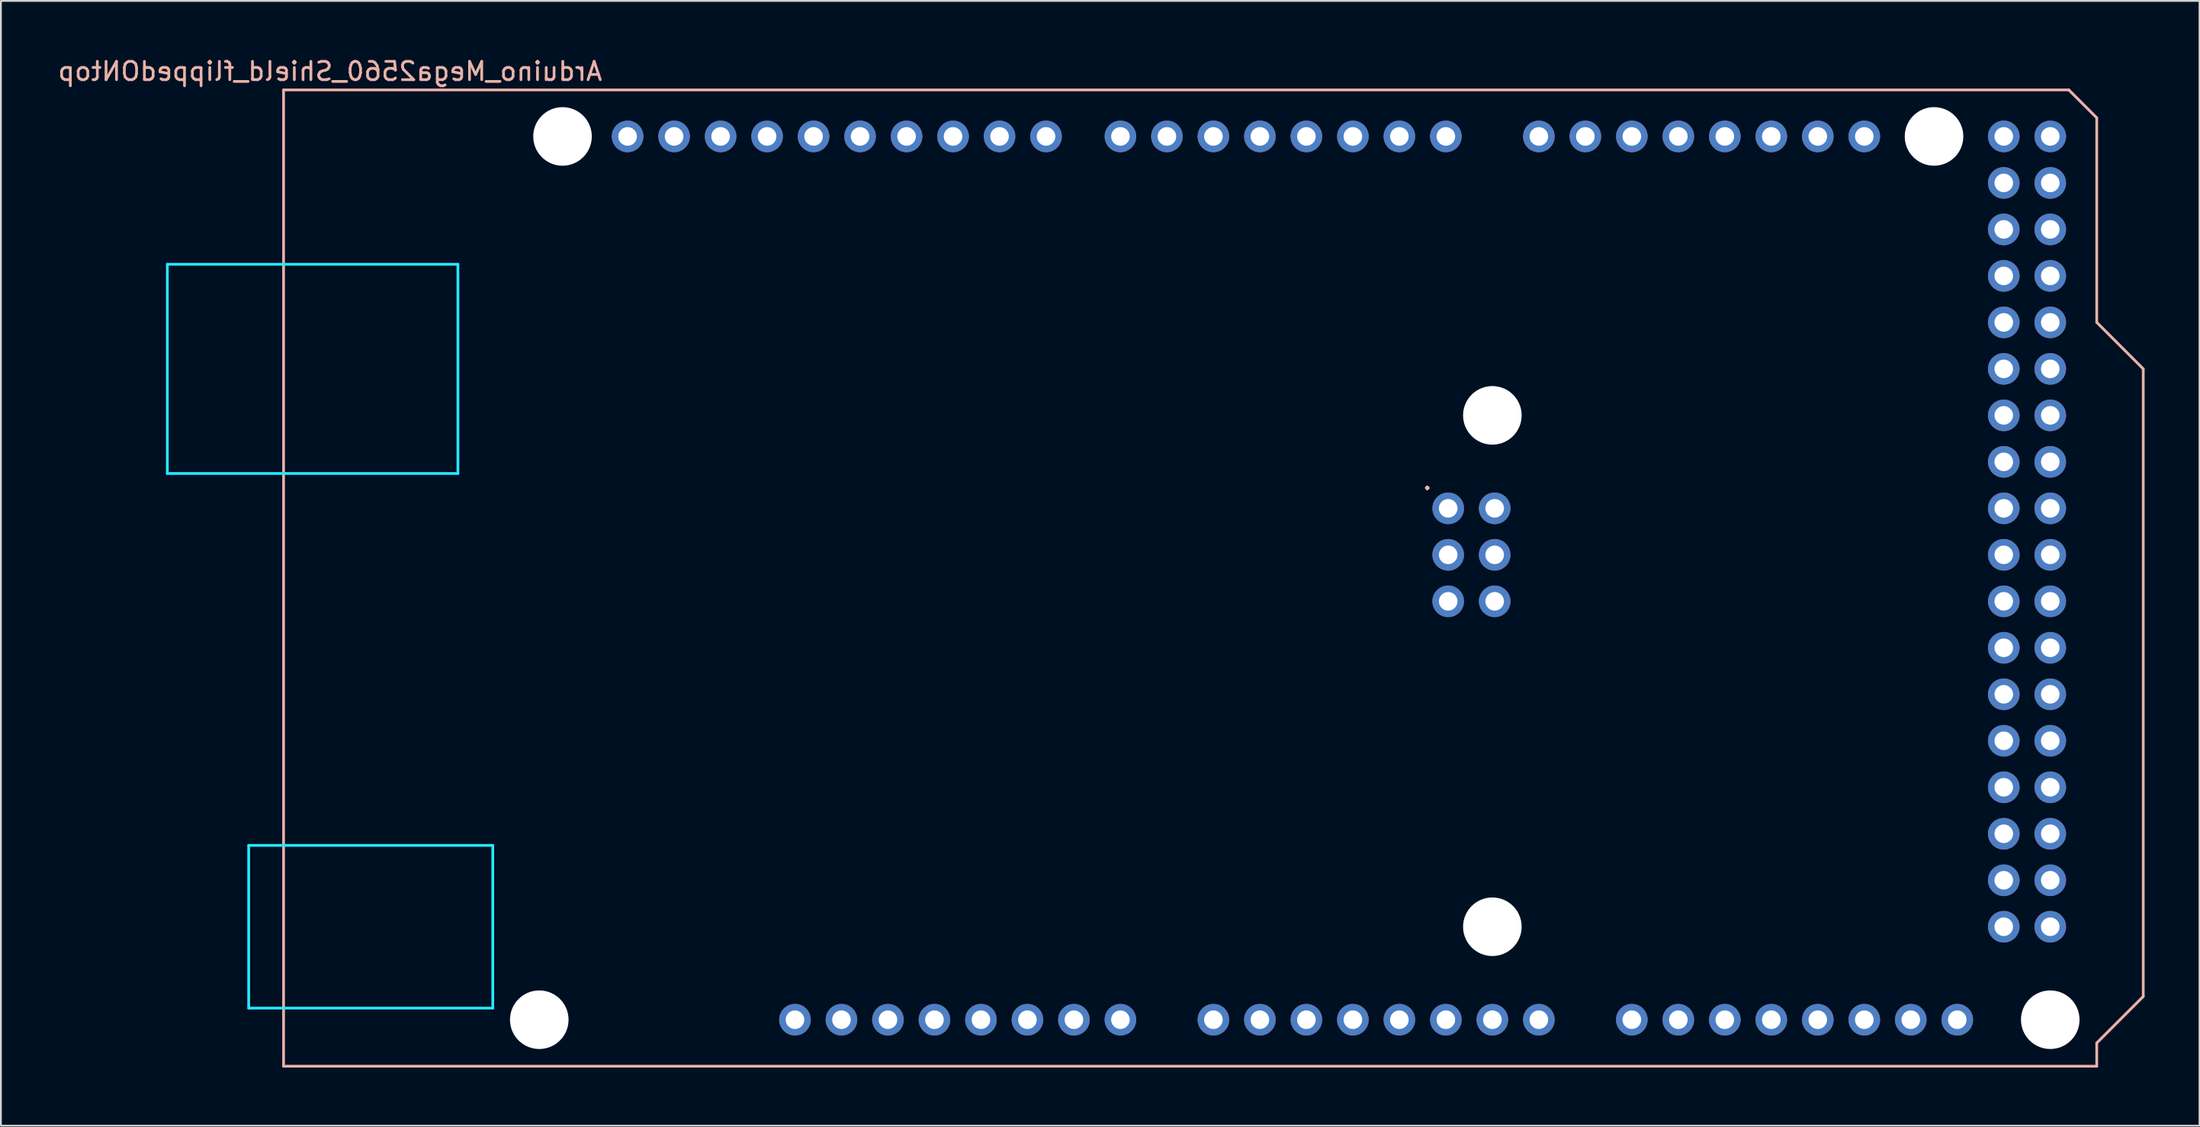
<source format=kicad_pcb>
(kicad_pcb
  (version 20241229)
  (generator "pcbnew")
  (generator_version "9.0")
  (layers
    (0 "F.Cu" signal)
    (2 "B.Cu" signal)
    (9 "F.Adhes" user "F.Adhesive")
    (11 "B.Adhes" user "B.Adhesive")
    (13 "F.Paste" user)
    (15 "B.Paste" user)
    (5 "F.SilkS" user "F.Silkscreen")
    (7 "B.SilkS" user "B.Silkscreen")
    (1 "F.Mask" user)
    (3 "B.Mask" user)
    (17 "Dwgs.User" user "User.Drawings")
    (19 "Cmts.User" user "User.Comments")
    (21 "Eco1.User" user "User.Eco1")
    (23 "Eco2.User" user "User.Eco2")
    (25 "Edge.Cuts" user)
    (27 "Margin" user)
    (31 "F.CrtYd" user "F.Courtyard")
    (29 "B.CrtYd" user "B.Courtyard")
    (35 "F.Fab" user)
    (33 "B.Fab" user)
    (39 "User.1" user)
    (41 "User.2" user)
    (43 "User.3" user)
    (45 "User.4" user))
  (footprint "Arduino_Mega2560_Shield_flippedONtop"
    (layer "F.Cu")
    (at 12.442 55.204)
    (property "Reference" "Arduino_Mega2560_Shield_flippedONtop" (at 2.54 -54.356 0) (layer "B.SilkS") (effects (font (size 1 1) (thickness 0.15)) (justify mirror)))
    (attr through_hole)
    (fp_line (start 0 -53.34) (end 0 0) (stroke (width 0.15) (type solid)) (layer "B.SilkS"))
    (fp_line (start 0 -53.34) (end 97.536 -53.34) (stroke (width 0.15) (type solid)) (layer "B.SilkS"))
    (fp_line (start 0 0) (end 99.06 0) (stroke (width 0.15) (type solid)) (layer "B.SilkS"))
    (fp_line (start 97.536 -53.34) (end 99.06 -51.816) (stroke (width 0.15) (type solid)) (layer "B.SilkS"))
    (fp_line (start 99.06 -40.64) (end 99.06 -51.816) (stroke (width 0.15) (type solid)) (layer "B.SilkS"))
    (fp_line (start 99.06 -1.27) (end 101.6 -3.81) (stroke (width 0.15) (type solid)) (layer "B.SilkS"))
    (fp_line (start 99.06 0) (end 99.06 -1.27) (stroke (width 0.15) (type solid)) (layer "B.SilkS"))
    (fp_line (start 101.6 -38.1) (end 99.06 -40.64) (stroke (width 0.15) (type solid)) (layer "B.SilkS"))
    (fp_line (start 101.6 -3.81) (end 101.6 -38.1) (stroke (width 0.15) (type solid)) (layer "B.SilkS"))
    (fp_line (start -6.35 -43.815) (end -6.35 -32.385) (stroke (width 0.15) (type solid)) (layer "B.CrtYd"))
    (fp_line (start -1.905 -12.065) (end -1.905 -3.175) (stroke (width 0.15) (type solid)) (layer "B.CrtYd"))
    (fp_line (start -1.905 -12.065) (end 11.43 -12.065) (stroke (width 0.15) (type solid)) (layer "B.CrtYd"))
    (fp_line (start -1.905 -3.175) (end 11.43 -3.175) (stroke (width 0.15) (type solid)) (layer "B.CrtYd"))
    (fp_line (start 9.525 -43.815) (end -6.35 -43.815) (stroke (width 0.15) (type solid)) (layer "B.CrtYd"))
    (fp_line (start 9.525 -43.815) (end 9.525 -32.385) (stroke (width 0.15) (type solid)) (layer "B.CrtYd"))
    (fp_line (start 9.525 -32.385) (end -6.35 -32.385) (stroke (width 0.15) (type solid)) (layer "B.CrtYd"))
    (fp_line (start 11.43 -12.065) (end 11.43 -3.175) (stroke (width 0.15) (type solid)) (layer "B.CrtYd"))
    (fp_text user "." (at 62.484 -32.004 0) (layer "B.SilkS") (effects (font (size 1 1) (thickness 0.15)) (justify mirror)))
    (pad "" np_thru_hole circle (at 13.97 -2.54) (size 3.2 3.2) (drill 3.2) (layers "*.Cu" "*.Mask"))
    (pad "" np_thru_hole circle (at 15.24 -50.8) (size 3.2 3.2) (drill 3.2) (layers "*.Cu" "*.Mask"))
    (pad "" thru_hole oval (at 27.94 -2.54) (size 1.727 1.727) (drill 1.016) (layers "*.Cu" "*.Mask"))
    (pad "" np_thru_hole circle (at 66.04 -35.56) (size 3.2 3.2) (drill 3.2) (layers "*.Cu" "*.Mask"))
    (pad "" np_thru_hole circle (at 66.04 -7.62) (size 3.2 3.2) (drill 3.2) (layers "*.Cu" "*.Mask"))
    (pad "" np_thru_hole circle (at 90.17 -50.8) (size 3.2 3.2) (drill 3.2) (layers "*.Cu" "*.Mask"))
    (pad "" np_thru_hole circle (at 96.52 -2.54) (size 3.2 3.2) (drill 3.2) (layers "*.Cu" "*.Mask"))
    (pad "3V3" thru_hole oval (at 35.56 -2.54) (size 1.727 1.727) (drill 1.016) (layers "*.Cu" "*.Mask"))
    (pad "5V1" thru_hole oval (at 38.1 -2.54) (size 1.727 1.727) (drill 1.016) (layers "*.Cu" "*.Mask"))
    (pad "5V2" thru_hole oval (at 66.167 -30.48) (size 1.727 1.727) (drill 1.016) (layers "*.Cu" "*.Mask"))
    (pad "5V3" thru_hole oval (at 93.98 -50.8) (size 1.727 1.727) (drill 1.016) (layers "*.Cu" "*.Mask"))
    (pad "5V4" thru_hole oval (at 96.52 -50.8) (size 1.727 1.727) (drill 1.016) (layers "*.Cu" "*.Mask"))
    (pad "A0" thru_hole oval (at 50.8 -2.54) (size 1.727 1.727) (drill 1.016) (layers "*.Cu" "*.Mask"))
    (pad "A1" thru_hole oval (at 53.34 -2.54) (size 1.727 1.727) (drill 1.016) (layers "*.Cu" "*.Mask"))
    (pad "A2" thru_hole oval (at 55.88 -2.54) (size 1.727 1.727) (drill 1.016) (layers "*.Cu" "*.Mask"))
    (pad "A3" thru_hole oval (at 58.42 -2.54) (size 1.727 1.727) (drill 1.016) (layers "*.Cu" "*.Mask"))
    (pad "A4" thru_hole oval (at 60.96 -2.54) (size 1.727 1.727) (drill 1.016) (layers "*.Cu" "*.Mask"))
    (pad "A5" thru_hole oval (at 63.5 -2.54) (size 1.727 1.727) (drill 1.016) (layers "*.Cu" "*.Mask"))
    (pad "A6" thru_hole oval (at 66.04 -2.54) (size 1.727 1.727) (drill 1.016) (layers "*.Cu" "*.Mask"))
    (pad "A7" thru_hole oval (at 68.58 -2.54) (size 1.727 1.727) (drill 1.016) (layers "*.Cu" "*.Mask"))
    (pad "A8" thru_hole oval (at 73.66 -2.54) (size 1.727 1.727) (drill 1.016) (layers "*.Cu" "*.Mask"))
    (pad "A9" thru_hole oval (at 76.2 -2.54) (size 1.727 1.727) (drill 1.016) (layers "*.Cu" "*.Mask"))
    (pad "A10" thru_hole oval (at 78.74 -2.54) (size 1.727 1.727) (drill 1.016) (layers "*.Cu" "*.Mask"))
    (pad "A11" thru_hole oval (at 81.28 -2.54) (size 1.727 1.727) (drill 1.016) (layers "*.Cu" "*.Mask"))
    (pad "A12" thru_hole oval (at 83.82 -2.54) (size 1.727 1.727) (drill 1.016) (layers "*.Cu" "*.Mask"))
    (pad "A13" thru_hole oval (at 86.36 -2.54) (size 1.727 1.727) (drill 1.016) (layers "*.Cu" "*.Mask"))
    (pad "A14" thru_hole oval (at 88.9 -2.54) (size 1.727 1.727) (drill 1.016) (layers "*.Cu" "*.Mask"))
    (pad "A15" thru_hole oval (at 91.44 -2.54) (size 1.727 1.727) (drill 1.016) (layers "*.Cu" "*.Mask"))
    (pad "AREF" thru_hole oval (at 23.876 -50.8) (size 1.727 1.727) (drill 1.016) (layers "*.Cu" "*.Mask"))
    (pad "D0" thru_hole oval (at 63.5 -50.8) (size 1.727 1.727) (drill 1.016) (layers "*.Cu" "*.Mask"))
    (pad "D1" thru_hole oval (at 60.96 -50.8) (size 1.727 1.727) (drill 1.016) (layers "*.Cu" "*.Mask"))
    (pad "D2" thru_hole oval (at 58.42 -50.8) (size 1.727 1.727) (drill 1.016) (layers "*.Cu" "*.Mask"))
    (pad "D3" thru_hole oval (at 55.88 -50.8) (size 1.727 1.727) (drill 1.016) (layers "*.Cu" "*.Mask"))
    (pad "D4" thru_hole oval (at 53.34 -50.8) (size 1.727 1.727) (drill 1.016) (layers "*.Cu" "*.Mask"))
    (pad "D5" thru_hole oval (at 50.8 -50.8) (size 1.727 1.727) (drill 1.016) (layers "*.Cu" "*.Mask"))
    (pad "D6" thru_hole oval (at 48.26 -50.8) (size 1.727 1.727) (drill 1.016) (layers "*.Cu" "*.Mask"))
    (pad "D7" thru_hole oval (at 45.72 -50.8) (size 1.727 1.727) (drill 1.016) (layers "*.Cu" "*.Mask"))
    (pad "D8" thru_hole oval (at 41.656 -50.8) (size 1.727 1.727) (drill 1.016) (layers "*.Cu" "*.Mask"))
    (pad "D9" thru_hole oval (at 39.116 -50.8) (size 1.727 1.727) (drill 1.016) (layers "*.Cu" "*.Mask"))
    (pad "D10" thru_hole oval (at 36.576 -50.8) (size 1.727 1.727) (drill 1.016) (layers "*.Cu" "*.Mask"))
    (pad "D11" thru_hole oval (at 34.036 -50.8) (size 1.727 1.727) (drill 1.016) (layers "*.Cu" "*.Mask"))
    (pad "D12" thru_hole oval (at 31.496 -50.8) (size 1.727 1.727) (drill 1.016) (layers "*.Cu" "*.Mask"))
    (pad "D13" thru_hole oval (at 28.956 -50.8) (size 1.727 1.727) (drill 1.016) (layers "*.Cu" "*.Mask"))
    (pad "D14" thru_hole oval (at 68.58 -50.8) (size 1.727 1.727) (drill 1.016) (layers "*.Cu" "*.Mask"))
    (pad "D15" thru_hole oval (at 71.12 -50.8) (size 1.727 1.727) (drill 1.016) (layers "*.Cu" "*.Mask"))
    (pad "D16" thru_hole oval (at 73.66 -50.8) (size 1.727 1.727) (drill 1.016) (layers "*.Cu" "*.Mask"))
    (pad "D17" thru_hole oval (at 76.2 -50.8) (size 1.727 1.727) (drill 1.016) (layers "*.Cu" "*.Mask"))
    (pad "D18" thru_hole oval (at 78.74 -50.8) (size 1.727 1.727) (drill 1.016) (layers "*.Cu" "*.Mask"))
    (pad "D19" thru_hole oval (at 81.28 -50.8) (size 1.727 1.727) (drill 1.016) (layers "*.Cu" "*.Mask"))
    (pad "D20" thru_hole oval (at 83.82 -50.8) (size 1.727 1.727) (drill 1.016) (layers "*.Cu" "*.Mask"))
    (pad "D21" thru_hole oval (at 86.36 -50.8) (size 1.727 1.727) (drill 1.016) (layers "*.Cu" "*.Mask"))
    (pad "D22" thru_hole oval (at 93.98 -48.26) (size 1.727 1.727) (drill 1.016) (layers "*.Cu" "*.Mask"))
    (pad "D23" thru_hole oval (at 96.52 -48.26) (size 1.727 1.727) (drill 1.016) (layers "*.Cu" "*.Mask"))
    (pad "D24" thru_hole oval (at 93.98 -45.72) (size 1.727 1.727) (drill 1.016) (layers "*.Cu" "*.Mask"))
    (pad "D25" thru_hole oval (at 96.52 -45.72) (size 1.727 1.727) (drill 1.016) (layers "*.Cu" "*.Mask"))
    (pad "D26" thru_hole oval (at 93.98 -43.18) (size 1.727 1.727) (drill 1.016) (layers "*.Cu" "*.Mask"))
    (pad "D27" thru_hole oval (at 96.52 -43.18) (size 1.727 1.727) (drill 1.016) (layers "*.Cu" "*.Mask"))
    (pad "D28" thru_hole oval (at 93.98 -40.64) (size 1.727 1.727) (drill 1.016) (layers "*.Cu" "*.Mask"))
    (pad "D29" thru_hole oval (at 96.52 -40.64) (size 1.727 1.727) (drill 1.016) (layers "*.Cu" "*.Mask"))
    (pad "D30" thru_hole oval (at 93.98 -38.1) (size 1.727 1.727) (drill 1.016) (layers "*.Cu" "*.Mask"))
    (pad "D31" thru_hole oval (at 96.52 -38.1) (size 1.727 1.727) (drill 1.016) (layers "*.Cu" "*.Mask"))
    (pad "D32" thru_hole oval (at 93.98 -35.56) (size 1.727 1.727) (drill 1.016) (layers "*.Cu" "*.Mask"))
    (pad "D33" thru_hole oval (at 96.52 -35.56) (size 1.727 1.727) (drill 1.016) (layers "*.Cu" "*.Mask"))
    (pad "D34" thru_hole oval (at 93.98 -33.02) (size 1.727 1.727) (drill 1.016) (layers "*.Cu" "*.Mask"))
    (pad "D35" thru_hole oval (at 96.52 -33.02) (size 1.727 1.727) (drill 1.016) (layers "*.Cu" "*.Mask"))
    (pad "D36" thru_hole oval (at 93.98 -30.48) (size 1.727 1.727) (drill 1.016) (layers "*.Cu" "*.Mask"))
    (pad "D37" thru_hole oval (at 96.52 -30.48) (size 1.727 1.727) (drill 1.016) (layers "*.Cu" "*.Mask"))
    (pad "D38" thru_hole oval (at 93.98 -27.94) (size 1.727 1.727) (drill 1.016) (layers "*.Cu" "*.Mask"))
    (pad "D39" thru_hole oval (at 96.52 -27.94) (size 1.727 1.727) (drill 1.016) (layers "*.Cu" "*.Mask"))
    (pad "D40" thru_hole oval (at 93.98 -25.4) (size 1.727 1.727) (drill 1.016) (layers "*.Cu" "*.Mask"))
    (pad "D41" thru_hole oval (at 96.52 -25.4) (size 1.727 1.727) (drill 1.016) (layers "*.Cu" "*.Mask"))
    (pad "D42" thru_hole oval (at 93.98 -22.86) (size 1.727 1.727) (drill 1.016) (layers "*.Cu" "*.Mask"))
    (pad "D43" thru_hole oval (at 96.52 -22.86) (size 1.727 1.727) (drill 1.016) (layers "*.Cu" "*.Mask"))
    (pad "D44" thru_hole oval (at 93.98 -20.32) (size 1.727 1.727) (drill 1.016) (layers "*.Cu" "*.Mask"))
    (pad "D45" thru_hole oval (at 96.52 -20.32) (size 1.727 1.727) (drill 1.016) (layers "*.Cu" "*.Mask"))
    (pad "D46" thru_hole oval (at 93.98 -17.78) (size 1.727 1.727) (drill 1.016) (layers "*.Cu" "*.Mask"))
    (pad "D47" thru_hole oval (at 96.52 -17.78) (size 1.727 1.727) (drill 1.016) (layers "*.Cu" "*.Mask"))
    (pad "D48" thru_hole oval (at 93.98 -15.24) (size 1.727 1.727) (drill 1.016) (layers "*.Cu" "*.Mask"))
    (pad "D49" thru_hole oval (at 96.52 -15.24) (size 1.727 1.727) (drill 1.016) (layers "*.Cu" "*.Mask"))
    (pad "D50" thru_hole oval (at 93.98 -12.7) (size 1.727 1.727) (drill 1.016) (layers "*.Cu" "*.Mask"))
    (pad "D51" thru_hole oval (at 96.52 -12.7) (size 1.727 1.727) (drill 1.016) (layers "*.Cu" "*.Mask"))
    (pad "D52" thru_hole oval (at 93.98 -10.16) (size 1.727 1.727) (drill 1.016) (layers "*.Cu" "*.Mask"))
    (pad "D53" thru_hole oval (at 96.52 -10.16) (size 1.727 1.727) (drill 1.016) (layers "*.Cu" "*.Mask"))
    (pad "GND1" thru_hole oval (at 26.416 -50.8) (size 1.727 1.727) (drill 1.016) (layers "*.Cu" "*.Mask"))
    (pad "GND2" thru_hole oval (at 40.64 -2.54) (size 1.727 1.727) (drill 1.016) (layers "*.Cu" "*.Mask"))
    (pad "GND3" thru_hole oval (at 43.18 -2.54) (size 1.727 1.727) (drill 1.016) (layers "*.Cu" "*.Mask"))
    (pad "GND4" thru_hole oval (at 66.167 -25.4) (size 1.727 1.727) (drill 1.016) (layers "*.Cu" "*.Mask"))
    (pad "GND5" thru_hole oval (at 93.98 -7.62) (size 1.727 1.727) (drill 1.016) (layers "*.Cu" "*.Mask"))
    (pad "GND6" thru_hole oval (at 96.52 -7.62) (size 1.727 1.727) (drill 1.016) (layers "*.Cu" "*.Mask"))
    (pad "IORF" thru_hole oval (at 30.48 -2.54) (size 1.727 1.727) (drill 1.016) (layers "*.Cu" "*.Mask"))
    (pad "MISO" thru_hole oval (at 63.627 -30.48) (size 1.727 1.727) (drill 1.016) (layers "*.Cu" "*.Mask"))
    (pad "MOSI" thru_hole oval (at 66.167 -27.94) (size 1.727 1.727) (drill 1.016) (layers "*.Cu" "*.Mask"))
    (pad "RST1" thru_hole oval (at 33.02 -2.54) (size 1.727 1.727) (drill 1.016) (layers "*.Cu" "*.Mask"))
    (pad "RST2" thru_hole oval (at 63.627 -25.4) (size 1.727 1.727) (drill 1.016) (layers "*.Cu" "*.Mask"))
    (pad "SCK" thru_hole oval (at 63.627 -27.94) (size 1.727 1.727) (drill 1.016) (layers "*.Cu" "*.Mask"))
    (pad "SCL" thru_hole oval (at 18.796 -50.8) (size 1.727 1.727) (drill 1.016) (layers "*.Cu" "*.Mask"))
    (pad "SDA" thru_hole oval (at 21.336 -50.8) (size 1.727 1.727) (drill 1.016) (layers "*.Cu" "*.Mask"))
    (pad "VIN" thru_hole oval (at 45.72 -2.54) (size 1.727 1.727) (drill 1.016) (layers "*.Cu" "*.Mask")))
  (gr_rect
    (start -3 -3)
    (end 117.117 58.454)
    (stroke (width 0.1) (type default))
    (fill no)
    (layer "Edge.Cuts")))
</source>
